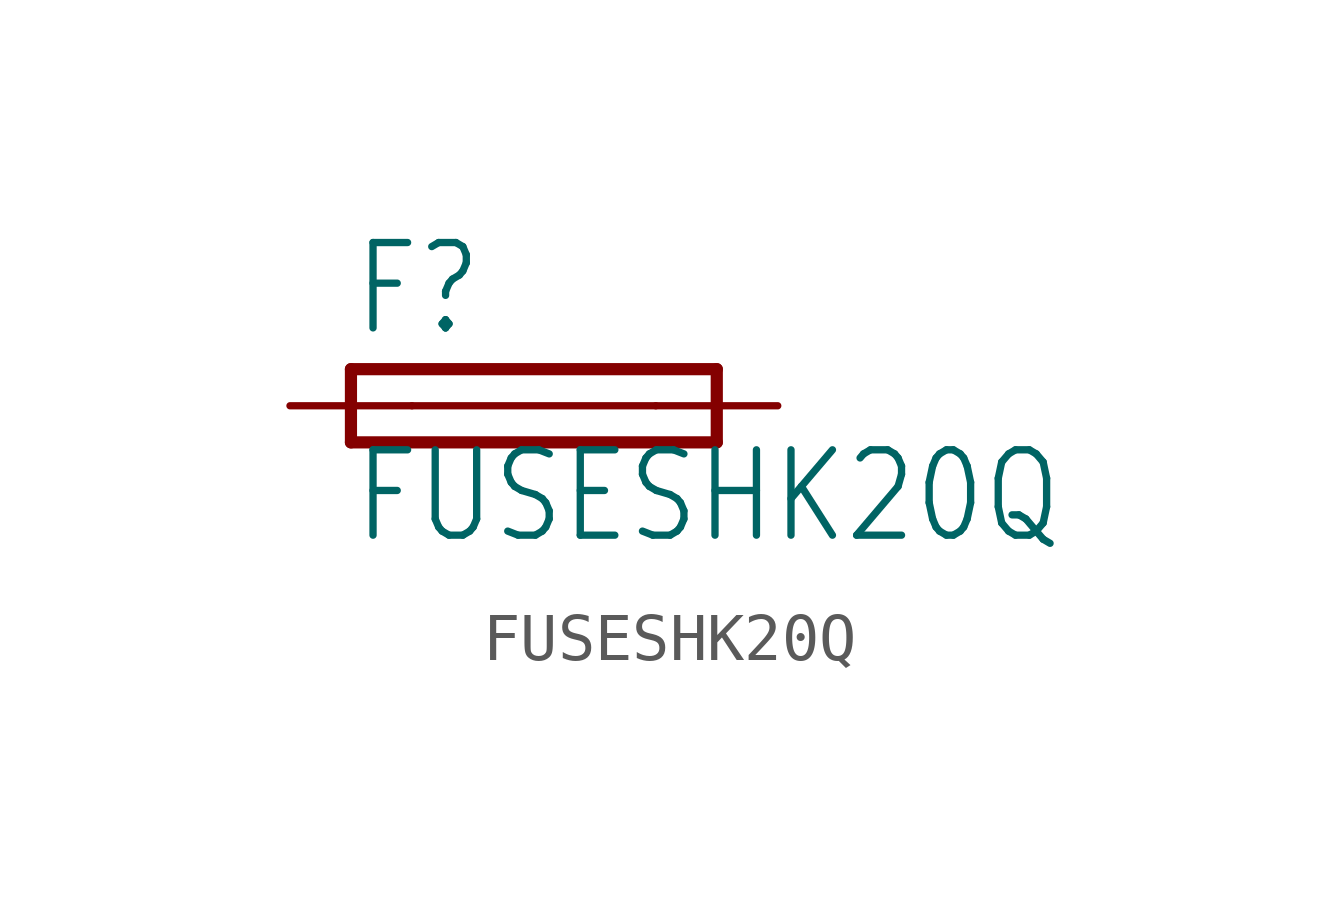
<source format=kicad_sym>
(kicad_symbol_lib
  (version 20200126)
  (host kicad_symbol_editor "5.99.0-unknown-aa7ce74~88~ubuntu18.04.1")
  (symbol "FUSESHK20Q"
    (property "Reference" "F"
      (at -3.81 1.397 0)
      (effects (font (size 1.778 1.511)) (justify left bottom)))
    (property "Value" "FUSESHK20Q"
      (at -3.81 -2.921 0)
      (effects (font (size 1.778 1.511)) (justify left bottom)))
    (property "ki_locked" ""
      (at 0 0 0)
      (effects (font (size 1.27 1.27))))
    (symbol "FUSESHK20Q_1_0"
      (polyline (pts (xy -3.81 -0.762) (xy 3.81 -0.762)) (stroke (width 0.254)) (fill (type none)))
      (polyline (pts (xy 3.81 0.762) (xy -3.81 0.762)) (stroke (width 0.254)) (fill (type none)))
      (polyline (pts (xy 3.81 -0.762) (xy 3.81 0.762)) (stroke (width 0.254)) (fill (type none)))
      (polyline (pts (xy -3.81 0.762) (xy -3.81 -0.762)) (stroke (width 0.254)) (fill (type none)))
      (polyline (pts (xy -2.54 0) (xy 2.54 0)) (stroke (width 0.152)) (fill (type none)))
      (pin passive line (at 5.08 0 180) (length 2.54) (name "2" (effects (font (size 0 0)))) (number "2A" (effects (font (size 0 0)))))
      (pin passive line (at -5.08 0 0) (length 2.54) (name "1" (effects (font (size 0 0)))) (number "1A" (effects (font (size 0 0))))))))
</source>
